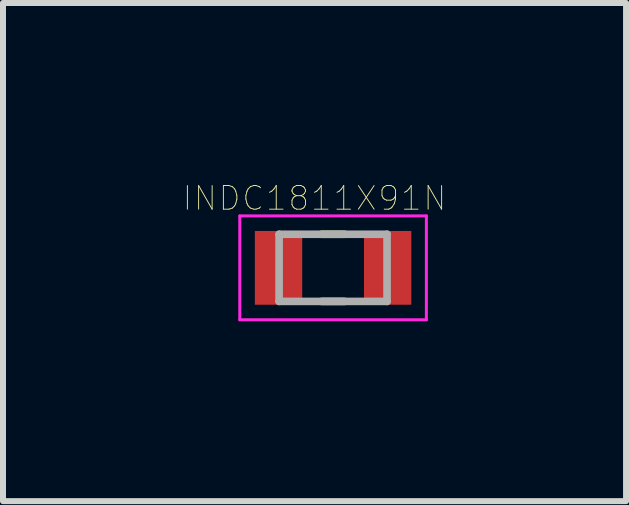
<source format=kicad_pcb>
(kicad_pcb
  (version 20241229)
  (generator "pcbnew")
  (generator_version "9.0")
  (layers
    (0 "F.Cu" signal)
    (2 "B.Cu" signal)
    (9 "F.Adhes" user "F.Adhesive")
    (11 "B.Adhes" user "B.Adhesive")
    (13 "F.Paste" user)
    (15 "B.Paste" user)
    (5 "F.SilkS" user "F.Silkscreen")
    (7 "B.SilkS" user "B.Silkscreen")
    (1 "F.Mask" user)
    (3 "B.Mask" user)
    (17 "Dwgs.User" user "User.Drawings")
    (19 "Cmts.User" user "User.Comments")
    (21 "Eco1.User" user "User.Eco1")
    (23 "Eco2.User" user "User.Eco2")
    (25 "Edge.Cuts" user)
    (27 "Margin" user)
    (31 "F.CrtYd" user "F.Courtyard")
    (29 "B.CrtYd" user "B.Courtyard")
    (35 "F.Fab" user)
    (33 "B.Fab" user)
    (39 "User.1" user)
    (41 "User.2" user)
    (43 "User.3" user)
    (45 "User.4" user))
  (footprint "INDC1811X91N"
    (layer "F.Cu")
    (at 2.505 1.417)
    (property "Reference" "INDC1811X91N" (at -0.31 -1.16 0) (layer "F.SilkS") (effects (font (size 0.394 0.394) (thickness 0.015))))
    (attr through_hole)
    (fp_line (start -0.19 -0.56) (end 0.19 -0.56) (stroke (width 0.127) (type solid)) (layer "F.SilkS"))
    (fp_line (start -0.19 0.56) (end 0.19 0.56) (stroke (width 0.127) (type solid)) (layer "F.SilkS"))
    (fp_line (start -1.556 -0.866) (end 1.556 -0.866) (stroke (width 0.05) (type solid)) (layer "F.CrtYd"))
    (fp_line (start -1.556 0.866) (end -1.556 -0.866) (stroke (width 0.05) (type solid)) (layer "F.CrtYd"))
    (fp_line (start -1.556 0.866) (end 1.556 0.866) (stroke (width 0.05) (type solid)) (layer "F.CrtYd"))
    (fp_line (start 1.556 0.866) (end 1.556 -0.866) (stroke (width 0.05) (type solid)) (layer "F.CrtYd"))
    (fp_line (start -0.9 0.56) (end -0.9 -0.56) (stroke (width 0.127) (type solid)) (layer "F.Fab"))
    (fp_line (start 0.9 -0.56) (end -0.9 -0.56) (stroke (width 0.127) (type solid)) (layer "F.Fab"))
    (fp_line (start 0.9 0.56) (end -0.9 0.56) (stroke (width 0.127) (type solid)) (layer "F.Fab"))
    (fp_line (start 0.9 0.56) (end 0.9 -0.56) (stroke (width 0.127) (type solid)) (layer "F.Fab"))
    (pad "1" smd rect (at -0.91 0) (size 0.79 1.23) (layers "F.Cu" "F.Mask" "F.Paste"))
    (pad "2" smd rect (at 0.91 0) (size 0.79 1.23) (layers "F.Cu" "F.Mask" "F.Paste")))
  (gr_rect
    (start -3 -3)
    (end 7.391 5.308)
    (stroke (width 0.1) (type default))
    (fill no)
    (layer "Edge.Cuts")))
</source>
